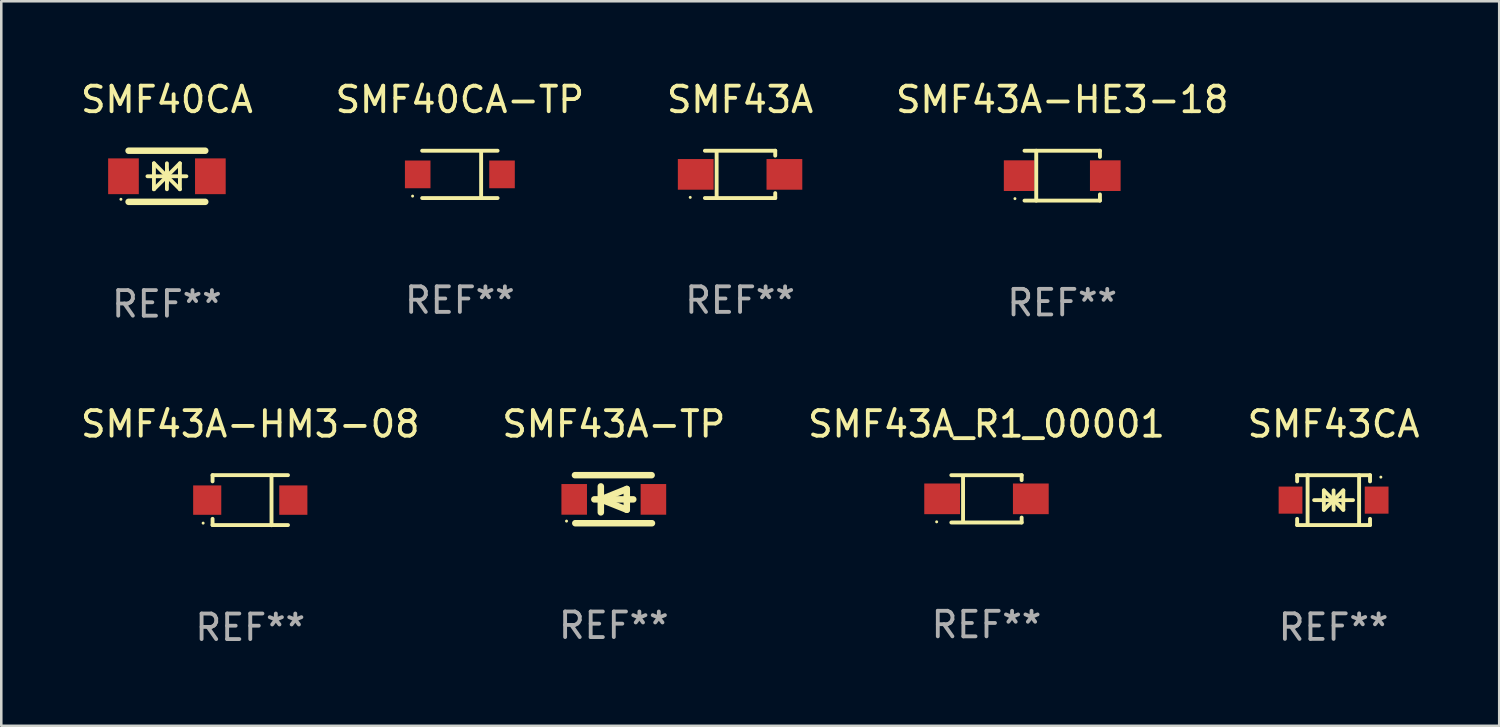
<source format=kicad_pcb>
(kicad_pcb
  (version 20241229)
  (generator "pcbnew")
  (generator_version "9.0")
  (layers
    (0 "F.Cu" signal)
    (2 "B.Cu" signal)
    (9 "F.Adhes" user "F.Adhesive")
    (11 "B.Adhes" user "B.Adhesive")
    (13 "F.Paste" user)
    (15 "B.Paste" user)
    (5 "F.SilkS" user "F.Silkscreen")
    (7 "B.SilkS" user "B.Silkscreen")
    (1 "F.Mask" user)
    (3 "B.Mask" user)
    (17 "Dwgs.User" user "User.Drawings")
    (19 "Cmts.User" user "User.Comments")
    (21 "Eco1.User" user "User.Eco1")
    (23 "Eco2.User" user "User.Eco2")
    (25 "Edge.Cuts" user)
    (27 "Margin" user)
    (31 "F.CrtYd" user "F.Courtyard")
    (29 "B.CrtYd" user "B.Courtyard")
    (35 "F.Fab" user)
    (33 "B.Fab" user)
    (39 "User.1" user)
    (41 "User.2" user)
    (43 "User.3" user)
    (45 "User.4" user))
  (footprint "SMF43A-TP"
    (layer "F.Cu")
    (at 20.97 16.485)
    (property "Reference" "SMF43A-TP" (at 0 -2.94 0) (layer "F.SilkS") (effects (font (size 1 1) (thickness 0.15))))
    (attr through_hole)
    (fp_line (start -1.52 -0.94) (end 1.48 -0.94) (stroke (width 0.254) (type solid)) (layer "F.SilkS"))
    (fp_line (start -1.507 0.94) (end 1.493 0.94) (stroke (width 0.254) (type solid)) (layer "F.SilkS"))
    (fp_line (start -0.762 0.007) (end 0.762 0.007) (stroke (width 0.254) (type solid)) (layer "F.SilkS"))
    (fp_line (start -0.508 -0.501) (end -0.508 0.515) (stroke (width 0.254) (type solid)) (layer "F.SilkS"))
    (fp_line (start -0.508 0.007) (end 0.508 -0.4) (stroke (width 0.254) (type solid)) (layer "F.SilkS"))
    (fp_line (start 0.508 -0.4) (end 0.508 0.413) (stroke (width 0.254) (type solid)) (layer "F.SilkS"))
    (fp_line (start 0.508 0.413) (end -0.508 0.007) (stroke (width 0.254) (type solid)) (layer "F.SilkS"))
    (fp_circle (center -1.85 0.857) (end -1.82 0.857) (stroke (width 0.06) (type solid)) (fill no) (layer "F.SilkS"))
    (fp_text user "REF**" (at 0 4.94 0) (layer "F.Fab") (effects (font (size 1 1) (thickness 0.15))))
    (pad "1" smd rect (at -1.55 0.007) (size 1 1.2) (layers "F.Cu" "F.Mask" "F.Paste"))
    (pad "2" smd rect (at 1.55 0.007) (size 1 1.2) (layers "F.Cu" "F.Mask" "F.Paste")))
  (footprint "SMF40CA"
    (layer "F.Cu")
    (at 3.482 3.848)
    (property "Reference" "SMF40CA" (at 0 -3 0) (layer "F.SilkS") (effects (font (size 1 1) (thickness 0.15))))
    (attr through_hole)
    (fp_line (start -1.5 -1) (end 1.5 -1) (stroke (width 0.254) (type solid)) (layer "F.SilkS"))
    (fp_line (start -1.5 1) (end 1.5 1) (stroke (width 0.254) (type solid)) (layer "F.SilkS"))
    (fp_line (start -0.762 0) (end 0.762 0) (stroke (width 0.15) (type solid)) (layer "F.SilkS"))
    (fp_line (start -0.508 -0.508) (end -0.508 0.508) (stroke (width 0.15) (type solid)) (layer "F.SilkS"))
    (fp_line (start 0 -0.508) (end 0 0.508) (stroke (width 0.15) (type solid)) (layer "F.SilkS"))
    (fp_line (start 0 0) (end -0.508 -0.508) (stroke (width 0.15) (type solid)) (layer "F.SilkS"))
    (fp_line (start 0 0) (end -0.508 0.508) (stroke (width 0.15) (type solid)) (layer "F.SilkS"))
    (fp_line (start 0 0) (end 0.508 -0.508) (stroke (width 0.15) (type solid)) (layer "F.SilkS"))
    (fp_line (start 0 0) (end 0.508 0.508) (stroke (width 0.15) (type solid)) (layer "F.SilkS"))
    (fp_line (start 0 0.254) (end 0 -0.254) (stroke (width 0.15) (type solid)) (layer "F.SilkS"))
    (fp_line (start 0.508 0.508) (end 0.508 -0.508) (stroke (width 0.15) (type solid)) (layer "F.SilkS"))
    (fp_circle (center -1.8 0.9) (end -1.77 0.9) (stroke (width 0.06) (type solid)) (fill no) (layer "F.SilkS"))
    (fp_text user "REF**" (at 0 5 0) (layer "F.Fab") (effects (font (size 1 1) (thickness 0.15))))
    (pad "1" smd rect (at -1.7 0) (size 1.2 1.4) (layers "F.Cu" "F.Mask" "F.Paste"))
    (pad "2" smd rect (at 1.7 0) (size 1.2 1.4) (layers "F.Cu" "F.Mask" "F.Paste")))
  (footprint "SMF43A-HE3-18"
    (layer "F.Cu")
    (at 38.518 3.824)
    (property "Reference" "SMF43A-HE3-18" (at 0 -2.976 0) (layer "F.SilkS") (effects (font (size 1 1) (thickness 0.15))))
    (attr through_hole)
    (fp_line (start -1.476 -0.976) (end 1.476 -0.976) (stroke (width 0.152) (type solid)) (layer "F.SilkS"))
    (fp_line (start -1.476 0.976) (end 1.476 0.976) (stroke (width 0.152) (type solid)) (layer "F.SilkS"))
    (fp_line (start -1.017 -0.976) (end -1.017 0.976) (stroke (width 0.152) (type solid)) (layer "F.SilkS"))
    (fp_line (start 1.476 -0.976) (end 1.476 -0.733) (stroke (width 0.152) (type solid)) (layer "F.SilkS"))
    (fp_line (start 1.476 0.976) (end 1.476 0.733) (stroke (width 0.152) (type solid)) (layer "F.SilkS"))
    (fp_circle (center -1.85 0.9) (end -1.82 0.9) (stroke (width 0.06) (type solid)) (fill no) (layer "F.SilkS"))
    (fp_text user "REF**" (at 0 4.976 0) (layer "F.Fab") (effects (font (size 1 1) (thickness 0.15))))
    (pad "1" smd rect (at -1.685 0) (size 1.2 1.2) (layers "F.Cu" "F.Mask" "F.Paste"))
    (pad "2" smd rect (at 1.685 0) (size 1.2 1.2) (layers "F.Cu" "F.Mask" "F.Paste")))
  (footprint "SMF43A_R1_00001"
    (layer "F.Cu")
    (at 35.554 16.471)
    (property "Reference" "SMF43A_R1_00001" (at 0 -2.926 0) (layer "F.SilkS") (effects (font (size 1 1) (thickness 0.15))))
    (attr through_hole)
    (fp_line (start -1.376 -0.926) (end 1.376 -0.926) (stroke (width 0.152) (type solid)) (layer "F.SilkS"))
    (fp_line (start -1.376 0.926) (end 1.376 0.926) (stroke (width 0.152) (type solid)) (layer "F.SilkS"))
    (fp_line (start -0.917 -0.876) (end -0.917 0.876) (stroke (width 0.152) (type solid)) (layer "F.SilkS"))
    (fp_line (start 1.376 -0.926) (end 1.376 -0.733) (stroke (width 0.152) (type solid)) (layer "F.SilkS"))
    (fp_line (start 1.376 0.926) (end 1.376 0.733) (stroke (width 0.152) (type solid)) (layer "F.SilkS"))
    (fp_circle (center -1.95 0.9) (end -1.92 0.9) (stroke (width 0.06) (type solid)) (fill no) (layer "F.SilkS"))
    (fp_text user "REF**" (at 0 4.926 0) (layer "F.Fab") (effects (font (size 1 1) (thickness 0.15))))
    (pad "1" smd rect (at -1.735 0) (size 1.4 1.2) (layers "F.Cu" "F.Mask" "F.Paste"))
    (pad "2" smd rect (at 1.735 0) (size 1.4 1.2) (layers "F.Cu" "F.Mask" "F.Paste")))
  (footprint "SMF43CA"
    (layer "F.Cu")
    (at 49.137 16.521)
    (property "Reference" "SMF43CA" (at 0 -2.976 0) (layer "F.SilkS") (effects (font (size 1 1) (thickness 0.15))))
    (attr through_hole)
    (fp_line (start -1.426 -0.976) (end -1.426 -0.733) (stroke (width 0.152) (type solid)) (layer "F.SilkS"))
    (fp_line (start -1.426 -0.976) (end 1.426 -0.976) (stroke (width 0.152) (type solid)) (layer "F.SilkS"))
    (fp_line (start -1.426 0.976) (end -1.426 0.733) (stroke (width 0.152) (type solid)) (layer "F.SilkS"))
    (fp_line (start -1.426 0.976) (end 1.426 0.976) (stroke (width 0.152) (type solid)) (layer "F.SilkS"))
    (fp_line (start -1.017 -0.976) (end -1.017 0.976) (stroke (width 0.152) (type solid)) (layer "F.SilkS"))
    (fp_line (start -0.762 0) (end 0.762 0) (stroke (width 0.15) (type solid)) (layer "F.SilkS"))
    (fp_line (start -0.381 -0.381) (end 0 0) (stroke (width 0.15) (type solid)) (layer "F.SilkS"))
    (fp_line (start -0.381 0.381) (end -0.381 -0.381) (stroke (width 0.15) (type solid)) (layer "F.SilkS"))
    (fp_line (start 0 -0.381) (end 0 0.381) (stroke (width 0.15) (type solid)) (layer "F.SilkS"))
    (fp_line (start 0 0) (end -0.381 0.381) (stroke (width 0.15) (type solid)) (layer "F.SilkS"))
    (fp_line (start 0 0) (end 0.381 -0.381) (stroke (width 0.15) (type solid)) (layer "F.SilkS"))
    (fp_line (start 0.381 -0.381) (end 0.381 0.381) (stroke (width 0.15) (type solid)) (layer "F.SilkS"))
    (fp_line (start 0.381 0.381) (end 0 0) (stroke (width 0.15) (type solid)) (layer "F.SilkS"))
    (fp_line (start 0.999 -0.976) (end 0.999 0.976) (stroke (width 0.152) (type solid)) (layer "F.SilkS"))
    (fp_line (start 1.426 -0.976) (end 1.426 -0.733) (stroke (width 0.152) (type solid)) (layer "F.SilkS"))
    (fp_line (start 1.426 0.976) (end 1.426 0.733) (stroke (width 0.152) (type solid)) (layer "F.SilkS"))
    (fp_circle (center 1.85 -0.9) (end 1.88 -0.9) (stroke (width 0.06) (type solid)) (fill no) (layer "F.SilkS"))
    (fp_text user "REF**" (at 0 4.976 0) (layer "F.Fab") (effects (font (size 1 1) (thickness 0.15))))
    (pad "1" smd rect (at 1.685 0 180) (size 0.93 1.06) (layers "F.Cu" "F.Mask" "F.Paste"))
    (pad "2" smd rect (at -1.685 0 180) (size 0.93 1.06) (layers "F.Cu" "F.Mask" "F.Paste")))
  (footprint "SMF43A"
    (layer "F.Cu")
    (at 25.911 3.774)
    (property "Reference" "SMF43A" (at 0 -2.926 0) (layer "F.SilkS") (effects (font (size 1 1) (thickness 0.15))))
    (attr through_hole)
    (fp_line (start -1.376 -0.926) (end 1.376 -0.926) (stroke (width 0.152) (type solid)) (layer "F.SilkS"))
    (fp_line (start -1.376 0.926) (end 1.376 0.926) (stroke (width 0.152) (type solid)) (layer "F.SilkS"))
    (fp_line (start -0.917 -0.876) (end -0.917 0.876) (stroke (width 0.152) (type solid)) (layer "F.SilkS"))
    (fp_line (start 1.376 -0.926) (end 1.376 -0.733) (stroke (width 0.152) (type solid)) (layer "F.SilkS"))
    (fp_line (start 1.376 0.926) (end 1.376 0.733) (stroke (width 0.152) (type solid)) (layer "F.SilkS"))
    (fp_circle (center -1.95 0.9) (end -1.92 0.9) (stroke (width 0.06) (type solid)) (fill no) (layer "F.SilkS"))
    (fp_text user "REF**" (at 0 4.926 0) (layer "F.Fab") (effects (font (size 1 1) (thickness 0.15))))
    (pad "1" smd rect (at -1.735 0) (size 1.4 1.2) (layers "F.Cu" "F.Mask" "F.Paste"))
    (pad "2" smd rect (at 1.735 0) (size 1.4 1.2) (layers "F.Cu" "F.Mask" "F.Paste")))
  (footprint "SMF43A-HM3-08"
    (layer "F.Cu")
    (at 6.744 16.524)
    (property "Reference" "SMF43A-HM3-08" (at 0 -2.98 0) (layer "F.SilkS") (effects (font (size 1 1) (thickness 0.15))))
    (attr through_hole)
    (fp_line (start -1.476 -0.98) (end -1.476 -0.737) (stroke (width 0.152) (type solid)) (layer "F.SilkS"))
    (fp_line (start -1.476 0.973) (end -1.476 0.73) (stroke (width 0.152) (type solid)) (layer "F.SilkS"))
    (fp_line (start 0.831 0.98) (end 0.831 -0.973) (stroke (width 0.152) (type solid)) (layer "F.SilkS"))
    (fp_line (start 1.476 -0.98) (end -1.476 -0.98) (stroke (width 0.152) (type solid)) (layer "F.SilkS"))
    (fp_line (start 1.476 0.973) (end -1.476 0.973) (stroke (width 0.152) (type solid)) (layer "F.SilkS"))
    (fp_circle (center -1.845 0.897) (end -1.815 0.897) (stroke (width 0.06) (type solid)) (fill no) (layer "F.SilkS"))
    (fp_text user "REF**" (at 0 4.98 0) (layer "F.Fab") (effects (font (size 1 1) (thickness 0.15))))
    (pad "1" smd rect (at -1.685 -0.003) (size 1.1 1.15) (layers "F.Cu" "F.Mask" "F.Paste"))
    (pad "2" smd rect (at 1.685 -0.003) (size 1.1 1.15) (layers "F.Cu" "F.Mask" "F.Paste")))
  (footprint "SMF40CA-TP"
    (layer "F.Cu")
    (at 14.946 3.774)
    (property "Reference" "SMF40CA-TP" (at 0 -2.926 0) (layer "F.SilkS") (effects (font (size 1 1) (thickness 0.15))))
    (attr through_hole)
    (fp_line (start -1.476 -0.926) (end 1.476 -0.926) (stroke (width 0.152) (type solid)) (layer "F.SilkS"))
    (fp_line (start -1.476 0.926) (end 1.476 0.926) (stroke (width 0.152) (type solid)) (layer "F.SilkS"))
    (fp_line (start 0.832 0.876) (end 0.832 -0.876) (stroke (width 0.152) (type solid)) (layer "F.SilkS"))
    (fp_circle (center -1.85 0.85) (end -1.82 0.85) (stroke (width 0.06) (type solid)) (fill no) (layer "F.SilkS"))
    (fp_text user "REF**" (at 0 4.926 0) (layer "F.Fab") (effects (font (size 1 1) (thickness 0.15))))
    (pad "1" smd rect (at -1.65 -0.000013) (size 1 1.085) (layers "F.Cu" "F.Mask" "F.Paste"))
    (pad "2" smd rect (at 1.65 -0.000013) (size 1 1.085) (layers "F.Cu" "F.Mask" "F.Paste")))
  (gr_rect
    (start -3 -3)
    (end 55.619 25.352)
    (stroke (width 0.1) (type default))
    (fill no)
    (layer "Edge.Cuts")))
</source>
